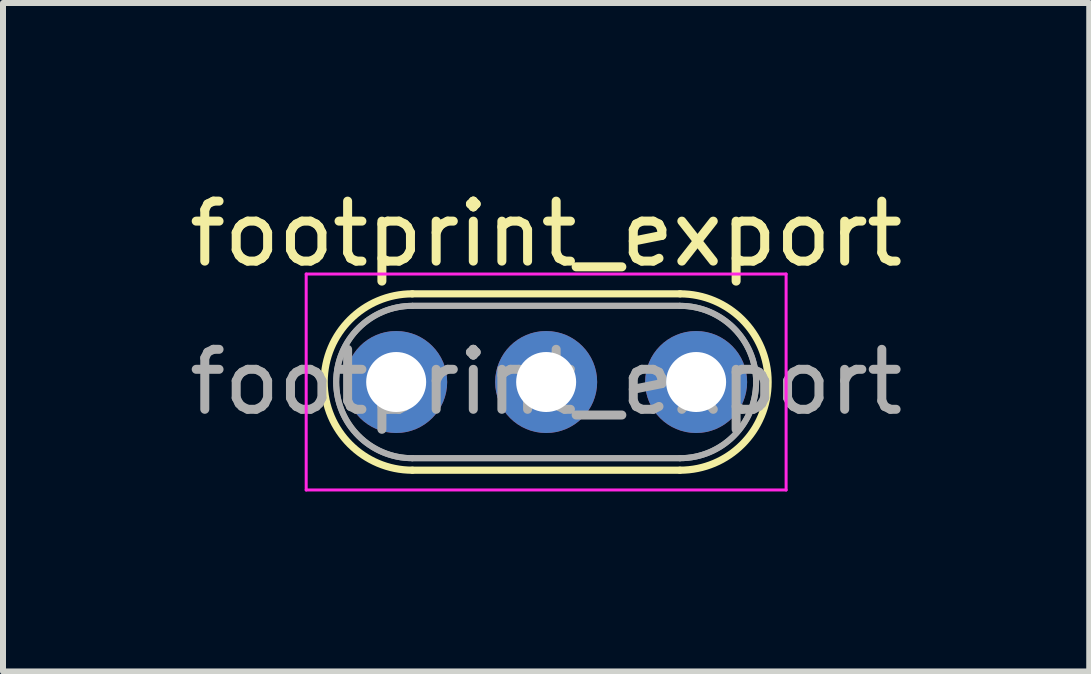
<source format=kicad_pcb>
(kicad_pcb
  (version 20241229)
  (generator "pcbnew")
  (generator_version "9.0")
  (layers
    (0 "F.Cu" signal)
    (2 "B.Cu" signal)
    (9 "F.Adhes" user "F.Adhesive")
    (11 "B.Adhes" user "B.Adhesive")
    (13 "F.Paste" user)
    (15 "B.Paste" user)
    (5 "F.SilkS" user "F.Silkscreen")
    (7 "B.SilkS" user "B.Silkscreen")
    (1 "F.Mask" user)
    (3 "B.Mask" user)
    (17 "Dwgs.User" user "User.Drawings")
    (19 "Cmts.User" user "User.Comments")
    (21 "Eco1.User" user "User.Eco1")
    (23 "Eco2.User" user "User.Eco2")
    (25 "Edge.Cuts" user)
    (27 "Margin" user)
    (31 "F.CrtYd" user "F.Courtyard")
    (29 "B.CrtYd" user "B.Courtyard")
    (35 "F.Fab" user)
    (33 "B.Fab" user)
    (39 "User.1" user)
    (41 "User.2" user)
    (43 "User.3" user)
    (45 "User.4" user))
  (footprint "footprint_export"
    (layer "F.Cu")
    (at 3.554 3.318)
    (property "Reference" "footprint_export" (at 2.5 -2.47 0) (layer "F.SilkS") (effects (font (size 1 1) (thickness 0.15))))
    (attr through_hole)
    (fp_line (start 0.27 -1.47) (end 4.73 -1.47) (stroke (width 0.12) (type solid)) (layer "F.SilkS"))
    (fp_line (start 0.27 1.47) (end 4.73 1.47) (stroke (width 0.12) (type solid)) (layer "F.SilkS"))
    (fp_arc (start 0.27 1.47) (mid -1.2 0) (end 0.27 -1.47) (stroke (width 0.12) (type solid)) (layer "F.SilkS"))
    (fp_arc (start 4.73 -1.47) (mid 6.2 0) (end 4.73 1.47) (stroke (width 0.12) (type solid)) (layer "F.SilkS"))
    (fp_line (start -1.5 -1.8) (end -1.5 1.8) (stroke (width 0.05) (type solid)) (layer "F.CrtYd"))
    (fp_line (start -1.5 1.8) (end 6.5 1.8) (stroke (width 0.05) (type solid)) (layer "F.CrtYd"))
    (fp_line (start 6.5 -1.8) (end -1.5 -1.8) (stroke (width 0.05) (type solid)) (layer "F.CrtYd"))
    (fp_line (start 6.5 1.8) (end 6.5 -1.8) (stroke (width 0.05) (type solid)) (layer "F.CrtYd"))
    (fp_line (start 0.27 -1.27) (end 4.73 -1.27) (stroke (width 0.1) (type solid)) (layer "F.Fab"))
    (fp_line (start 0.27 -1.27) (end 4.73 -1.27) (stroke (width 0.1) (type solid)) (layer "F.Fab"))
    (fp_line (start 0.27 1.27) (end 4.73 1.27) (stroke (width 0.1) (type solid)) (layer "F.Fab"))
    (fp_line (start 0.27 1.27) (end 4.73 1.27) (stroke (width 0.1) (type solid)) (layer "F.Fab"))
    (fp_arc (start 0.27 1.27) (mid -1 0) (end 0.27 -1.27) (stroke (width 0.1) (type solid)) (layer "F.Fab"))
    (fp_arc (start 0.27 1.27) (mid -1 0) (end 0.27 -1.27) (stroke (width 0.1) (type solid)) (layer "F.Fab"))
    (fp_arc (start 4.73 -1.27) (mid 6 0) (end 4.73 1.27) (stroke (width 0.1) (type solid)) (layer "F.Fab"))
    (fp_arc (start 4.73 -1.27) (mid 6 0) (end 4.73 1.27) (stroke (width 0.1) (type solid)) (layer "F.Fab"))
    (fp_text user "${REFERENCE}" (at 2.5 0 0) (layer "F.Fab") (effects (font (size 1 1) (thickness 0.15))))
    (pad "1" thru_hole circle (at 0 0) (size 1.7 1.7) (drill 1) (layers "*.Cu" "*.Mask"))
    (pad "2" thru_hole circle (at 2.5 0) (size 1.7 1.7) (drill 1) (layers "*.Cu" "*.Mask"))
    (pad "3" thru_hole circle (at 5 0) (size 1.7 1.7) (drill 1) (layers "*.Cu" "*.Mask")))
  (gr_rect
    (start -3 -3)
    (end 15.107 8.143)
    (stroke (width 0.1) (type default))
    (fill no)
    (layer "Edge.Cuts")))
</source>
